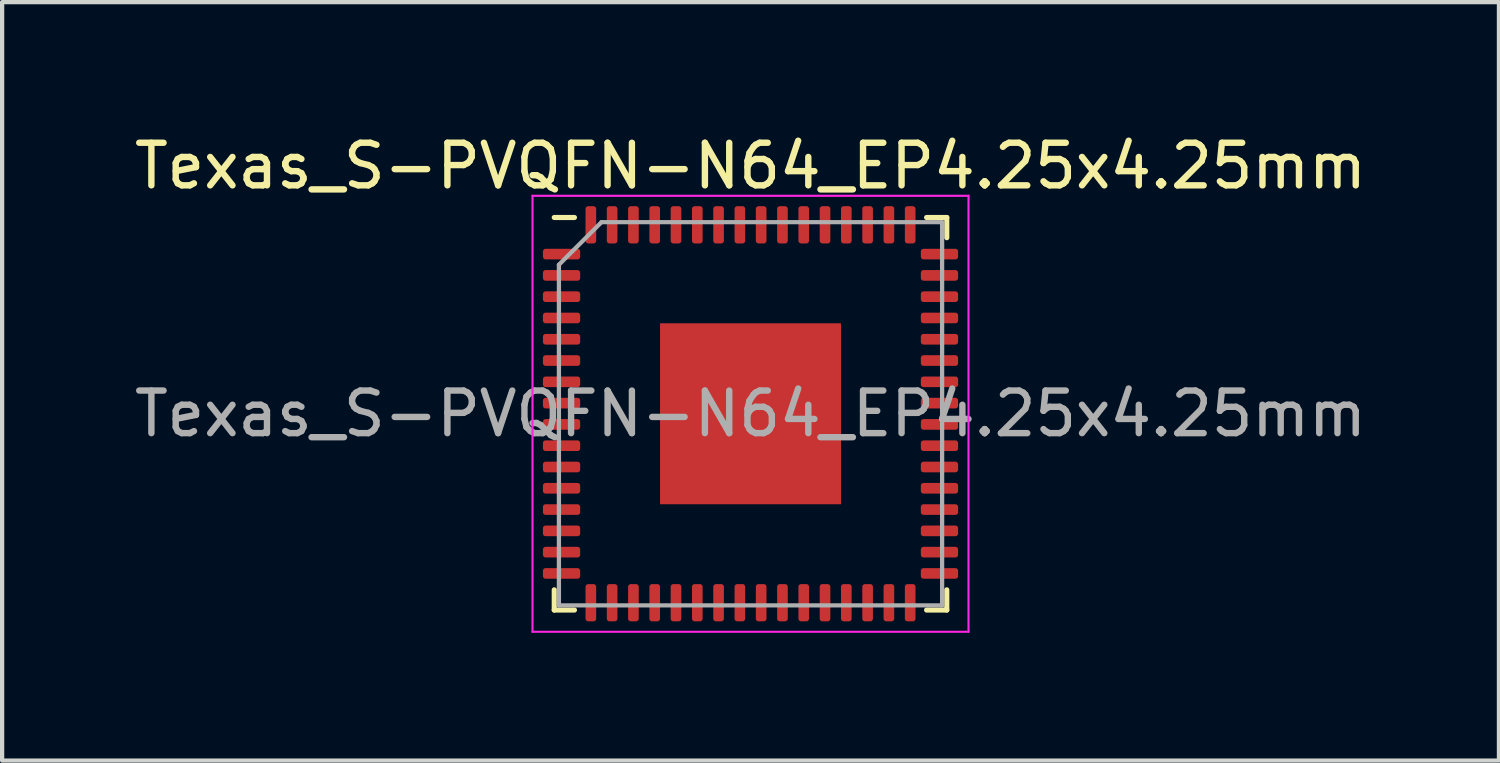
<source format=kicad_pcb>
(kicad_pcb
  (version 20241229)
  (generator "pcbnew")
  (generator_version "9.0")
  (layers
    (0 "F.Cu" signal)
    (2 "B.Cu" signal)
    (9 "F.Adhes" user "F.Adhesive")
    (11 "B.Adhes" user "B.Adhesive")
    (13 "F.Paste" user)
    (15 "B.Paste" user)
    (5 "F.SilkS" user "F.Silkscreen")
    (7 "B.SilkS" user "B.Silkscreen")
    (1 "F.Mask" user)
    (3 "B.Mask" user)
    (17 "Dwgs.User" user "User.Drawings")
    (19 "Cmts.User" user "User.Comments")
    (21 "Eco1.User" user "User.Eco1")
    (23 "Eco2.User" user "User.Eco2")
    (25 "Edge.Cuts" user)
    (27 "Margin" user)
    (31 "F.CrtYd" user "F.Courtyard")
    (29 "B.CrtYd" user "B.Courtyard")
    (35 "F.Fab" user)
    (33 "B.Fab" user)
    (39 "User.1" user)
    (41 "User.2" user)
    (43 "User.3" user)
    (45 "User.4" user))
  (footprint "Texas_S-PVQFN-N64_EP4.25x4.25mm"
    (layer "F.Cu")
    (at 14.577 6.668)
    (property "Reference" "Texas_S-PVQFN-N64_EP4.25x4.25mm" (at 0 -5.82 0) (layer "F.SilkS") (effects (font (size 1 1) (thickness 0.15))))
    (attr smd)
    (fp_line (start -4.61 4.61) (end -4.61 4.135) (stroke (width 0.12) (type solid)) (layer "F.SilkS"))
    (fp_line (start -4.135 -4.61) (end -4.61 -4.61) (stroke (width 0.12) (type solid)) (layer "F.SilkS"))
    (fp_line (start -4.135 4.61) (end -4.61 4.61) (stroke (width 0.12) (type solid)) (layer "F.SilkS"))
    (fp_line (start 4.135 -4.61) (end 4.61 -4.61) (stroke (width 0.12) (type solid)) (layer "F.SilkS"))
    (fp_line (start 4.135 4.61) (end 4.61 4.61) (stroke (width 0.12) (type solid)) (layer "F.SilkS"))
    (fp_line (start 4.61 -4.61) (end 4.61 -4.135) (stroke (width 0.12) (type solid)) (layer "F.SilkS"))
    (fp_line (start 4.61 4.61) (end 4.61 4.135) (stroke (width 0.12) (type solid)) (layer "F.SilkS"))
    (fp_line (start -5.12 -5.12) (end -5.12 5.12) (stroke (width 0.05) (type solid)) (layer "F.CrtYd"))
    (fp_line (start -5.12 5.12) (end 5.12 5.12) (stroke (width 0.05) (type solid)) (layer "F.CrtYd"))
    (fp_line (start 5.12 -5.12) (end -5.12 -5.12) (stroke (width 0.05) (type solid)) (layer "F.CrtYd"))
    (fp_line (start 5.12 5.12) (end 5.12 -5.12) (stroke (width 0.05) (type solid)) (layer "F.CrtYd"))
    (fp_line (start -4.5 -3.5) (end -3.5 -4.5) (stroke (width 0.1) (type solid)) (layer "F.Fab"))
    (fp_line (start -4.5 4.5) (end -4.5 -3.5) (stroke (width 0.1) (type solid)) (layer "F.Fab"))
    (fp_line (start -3.5 -4.5) (end 4.5 -4.5) (stroke (width 0.1) (type solid)) (layer "F.Fab"))
    (fp_line (start 4.5 -4.5) (end 4.5 4.5) (stroke (width 0.1) (type solid)) (layer "F.Fab"))
    (fp_line (start 4.5 4.5) (end -4.5 4.5) (stroke (width 0.1) (type solid)) (layer "F.Fab"))
    (fp_text user "${REFERENCE}" (at 0 0 0) (layer "F.Fab") (effects (font (size 1 1) (thickness 0.15))))
    (pad "" smd roundrect (at -1.06 -1.06) (size 1.71 1.71) (layers "F.Paste") (roundrect_rratio 0.146))
    (pad "" smd roundrect (at -1.06 1.06) (size 1.71 1.71) (layers "F.Paste") (roundrect_rratio 0.146))
    (pad "" smd roundrect (at 1.06 -1.06) (size 1.71 1.71) (layers "F.Paste") (roundrect_rratio 0.146))
    (pad "" smd roundrect (at 1.06 1.06) (size 1.71 1.71) (layers "F.Paste") (roundrect_rratio 0.146))
    (pad "1" smd roundrect (at -4.438 -3.75) (size 0.875 0.25) (layers "F.Cu" "F.Mask" "F.Paste") (roundrect_rratio 0.25))
    (pad "2" smd roundrect (at -4.438 -3.25) (size 0.875 0.25) (layers "F.Cu" "F.Mask" "F.Paste") (roundrect_rratio 0.25))
    (pad "3" smd roundrect (at -4.438 -2.75) (size 0.875 0.25) (layers "F.Cu" "F.Mask" "F.Paste") (roundrect_rratio 0.25))
    (pad "4" smd roundrect (at -4.438 -2.25) (size 0.875 0.25) (layers "F.Cu" "F.Mask" "F.Paste") (roundrect_rratio 0.25))
    (pad "5" smd roundrect (at -4.438 -1.75) (size 0.875 0.25) (layers "F.Cu" "F.Mask" "F.Paste") (roundrect_rratio 0.25))
    (pad "6" smd roundrect (at -4.438 -1.25) (size 0.875 0.25) (layers "F.Cu" "F.Mask" "F.Paste") (roundrect_rratio 0.25))
    (pad "7" smd roundrect (at -4.438 -0.75) (size 0.875 0.25) (layers "F.Cu" "F.Mask" "F.Paste") (roundrect_rratio 0.25))
    (pad "8" smd roundrect (at -4.438 -0.25) (size 0.875 0.25) (layers "F.Cu" "F.Mask" "F.Paste") (roundrect_rratio 0.25))
    (pad "9" smd roundrect (at -4.438 0.25) (size 0.875 0.25) (layers "F.Cu" "F.Mask" "F.Paste") (roundrect_rratio 0.25))
    (pad "10" smd roundrect (at -4.438 0.75) (size 0.875 0.25) (layers "F.Cu" "F.Mask" "F.Paste") (roundrect_rratio 0.25))
    (pad "11" smd roundrect (at -4.438 1.25) (size 0.875 0.25) (layers "F.Cu" "F.Mask" "F.Paste") (roundrect_rratio 0.25))
    (pad "12" smd roundrect (at -4.438 1.75) (size 0.875 0.25) (layers "F.Cu" "F.Mask" "F.Paste") (roundrect_rratio 0.25))
    (pad "13" smd roundrect (at -4.438 2.25) (size 0.875 0.25) (layers "F.Cu" "F.Mask" "F.Paste") (roundrect_rratio 0.25))
    (pad "14" smd roundrect (at -4.438 2.75) (size 0.875 0.25) (layers "F.Cu" "F.Mask" "F.Paste") (roundrect_rratio 0.25))
    (pad "15" smd roundrect (at -4.438 3.25) (size 0.875 0.25) (layers "F.Cu" "F.Mask" "F.Paste") (roundrect_rratio 0.25))
    (pad "16" smd roundrect (at -4.438 3.75) (size 0.875 0.25) (layers "F.Cu" "F.Mask" "F.Paste") (roundrect_rratio 0.25))
    (pad "17" smd roundrect (at -3.75 4.438) (size 0.25 0.875) (layers "F.Cu" "F.Mask" "F.Paste") (roundrect_rratio 0.25))
    (pad "18" smd roundrect (at -3.25 4.438) (size 0.25 0.875) (layers "F.Cu" "F.Mask" "F.Paste") (roundrect_rratio 0.25))
    (pad "19" smd roundrect (at -2.75 4.438) (size 0.25 0.875) (layers "F.Cu" "F.Mask" "F.Paste") (roundrect_rratio 0.25))
    (pad "20" smd roundrect (at -2.25 4.438) (size 0.25 0.875) (layers "F.Cu" "F.Mask" "F.Paste") (roundrect_rratio 0.25))
    (pad "21" smd roundrect (at -1.75 4.438) (size 0.25 0.875) (layers "F.Cu" "F.Mask" "F.Paste") (roundrect_rratio 0.25))
    (pad "22" smd roundrect (at -1.25 4.438) (size 0.25 0.875) (layers "F.Cu" "F.Mask" "F.Paste") (roundrect_rratio 0.25))
    (pad "23" smd roundrect (at -0.75 4.438) (size 0.25 0.875) (layers "F.Cu" "F.Mask" "F.Paste") (roundrect_rratio 0.25))
    (pad "24" smd roundrect (at -0.25 4.438) (size 0.25 0.875) (layers "F.Cu" "F.Mask" "F.Paste") (roundrect_rratio 0.25))
    (pad "25" smd roundrect (at 0.25 4.438) (size 0.25 0.875) (layers "F.Cu" "F.Mask" "F.Paste") (roundrect_rratio 0.25))
    (pad "26" smd roundrect (at 0.75 4.438) (size 0.25 0.875) (layers "F.Cu" "F.Mask" "F.Paste") (roundrect_rratio 0.25))
    (pad "27" smd roundrect (at 1.25 4.438) (size 0.25 0.875) (layers "F.Cu" "F.Mask" "F.Paste") (roundrect_rratio 0.25))
    (pad "28" smd roundrect (at 1.75 4.438) (size 0.25 0.875) (layers "F.Cu" "F.Mask" "F.Paste") (roundrect_rratio 0.25))
    (pad "29" smd roundrect (at 2.25 4.438) (size 0.25 0.875) (layers "F.Cu" "F.Mask" "F.Paste") (roundrect_rratio 0.25))
    (pad "30" smd roundrect (at 2.75 4.438) (size 0.25 0.875) (layers "F.Cu" "F.Mask" "F.Paste") (roundrect_rratio 0.25))
    (pad "31" smd roundrect (at 3.25 4.438) (size 0.25 0.875) (layers "F.Cu" "F.Mask" "F.Paste") (roundrect_rratio 0.25))
    (pad "32" smd roundrect (at 3.75 4.438) (size 0.25 0.875) (layers "F.Cu" "F.Mask" "F.Paste") (roundrect_rratio 0.25))
    (pad "33" smd roundrect (at 4.438 3.75) (size 0.875 0.25) (layers "F.Cu" "F.Mask" "F.Paste") (roundrect_rratio 0.25))
    (pad "34" smd roundrect (at 4.438 3.25) (size 0.875 0.25) (layers "F.Cu" "F.Mask" "F.Paste") (roundrect_rratio 0.25))
    (pad "35" smd roundrect (at 4.438 2.75) (size 0.875 0.25) (layers "F.Cu" "F.Mask" "F.Paste") (roundrect_rratio 0.25))
    (pad "36" smd roundrect (at 4.438 2.25) (size 0.875 0.25) (layers "F.Cu" "F.Mask" "F.Paste") (roundrect_rratio 0.25))
    (pad "37" smd roundrect (at 4.438 1.75) (size 0.875 0.25) (layers "F.Cu" "F.Mask" "F.Paste") (roundrect_rratio 0.25))
    (pad "38" smd roundrect (at 4.438 1.25) (size 0.875 0.25) (layers "F.Cu" "F.Mask" "F.Paste") (roundrect_rratio 0.25))
    (pad "39" smd roundrect (at 4.438 0.75) (size 0.875 0.25) (layers "F.Cu" "F.Mask" "F.Paste") (roundrect_rratio 0.25))
    (pad "40" smd roundrect (at 4.438 0.25) (size 0.875 0.25) (layers "F.Cu" "F.Mask" "F.Paste") (roundrect_rratio 0.25))
    (pad "41" smd roundrect (at 4.438 -0.25) (size 0.875 0.25) (layers "F.Cu" "F.Mask" "F.Paste") (roundrect_rratio 0.25))
    (pad "42" smd roundrect (at 4.438 -0.75) (size 0.875 0.25) (layers "F.Cu" "F.Mask" "F.Paste") (roundrect_rratio 0.25))
    (pad "43" smd roundrect (at 4.438 -1.25) (size 0.875 0.25) (layers "F.Cu" "F.Mask" "F.Paste") (roundrect_rratio 0.25))
    (pad "44" smd roundrect (at 4.438 -1.75) (size 0.875 0.25) (layers "F.Cu" "F.Mask" "F.Paste") (roundrect_rratio 0.25))
    (pad "45" smd roundrect (at 4.438 -2.25) (size 0.875 0.25) (layers "F.Cu" "F.Mask" "F.Paste") (roundrect_rratio 0.25))
    (pad "46" smd roundrect (at 4.438 -2.75) (size 0.875 0.25) (layers "F.Cu" "F.Mask" "F.Paste") (roundrect_rratio 0.25))
    (pad "47" smd roundrect (at 4.438 -3.25) (size 0.875 0.25) (layers "F.Cu" "F.Mask" "F.Paste") (roundrect_rratio 0.25))
    (pad "48" smd roundrect (at 4.438 -3.75) (size 0.875 0.25) (layers "F.Cu" "F.Mask" "F.Paste") (roundrect_rratio 0.25))
    (pad "49" smd roundrect (at 3.75 -4.438) (size 0.25 0.875) (layers "F.Cu" "F.Mask" "F.Paste") (roundrect_rratio 0.25))
    (pad "50" smd roundrect (at 3.25 -4.438) (size 0.25 0.875) (layers "F.Cu" "F.Mask" "F.Paste") (roundrect_rratio 0.25))
    (pad "51" smd roundrect (at 2.75 -4.438) (size 0.25 0.875) (layers "F.Cu" "F.Mask" "F.Paste") (roundrect_rratio 0.25))
    (pad "52" smd roundrect (at 2.25 -4.438) (size 0.25 0.875) (layers "F.Cu" "F.Mask" "F.Paste") (roundrect_rratio 0.25))
    (pad "53" smd roundrect (at 1.75 -4.438) (size 0.25 0.875) (layers "F.Cu" "F.Mask" "F.Paste") (roundrect_rratio 0.25))
    (pad "54" smd roundrect (at 1.25 -4.438) (size 0.25 0.875) (layers "F.Cu" "F.Mask" "F.Paste") (roundrect_rratio 0.25))
    (pad "55" smd roundrect (at 0.75 -4.438) (size 0.25 0.875) (layers "F.Cu" "F.Mask" "F.Paste") (roundrect_rratio 0.25))
    (pad "56" smd roundrect (at 0.25 -4.438) (size 0.25 0.875) (layers "F.Cu" "F.Mask" "F.Paste") (roundrect_rratio 0.25))
    (pad "57" smd roundrect (at -0.25 -4.438) (size 0.25 0.875) (layers "F.Cu" "F.Mask" "F.Paste") (roundrect_rratio 0.25))
    (pad "58" smd roundrect (at -0.75 -4.438) (size 0.25 0.875) (layers "F.Cu" "F.Mask" "F.Paste") (roundrect_rratio 0.25))
    (pad "59" smd roundrect (at -1.25 -4.438) (size 0.25 0.875) (layers "F.Cu" "F.Mask" "F.Paste") (roundrect_rratio 0.25))
    (pad "60" smd roundrect (at -1.75 -4.438) (size 0.25 0.875) (layers "F.Cu" "F.Mask" "F.Paste") (roundrect_rratio 0.25))
    (pad "61" smd roundrect (at -2.25 -4.438) (size 0.25 0.875) (layers "F.Cu" "F.Mask" "F.Paste") (roundrect_rratio 0.25))
    (pad "62" smd roundrect (at -2.75 -4.438) (size 0.25 0.875) (layers "F.Cu" "F.Mask" "F.Paste") (roundrect_rratio 0.25))
    (pad "63" smd roundrect (at -3.25 -4.438) (size 0.25 0.875) (layers "F.Cu" "F.Mask" "F.Paste") (roundrect_rratio 0.25))
    (pad "64" smd roundrect (at -3.75 -4.438) (size 0.25 0.875) (layers "F.Cu" "F.Mask" "F.Paste") (roundrect_rratio 0.25))
    (pad "65" smd rect (at 0 0) (size 4.25 4.25) (layers "F.Cu" "F.Mask")))
  (gr_rect
    (start -3 -3)
    (end 32.155 14.813)
    (stroke (width 0.1) (type default))
    (fill no)
    (layer "Edge.Cuts")))
</source>
